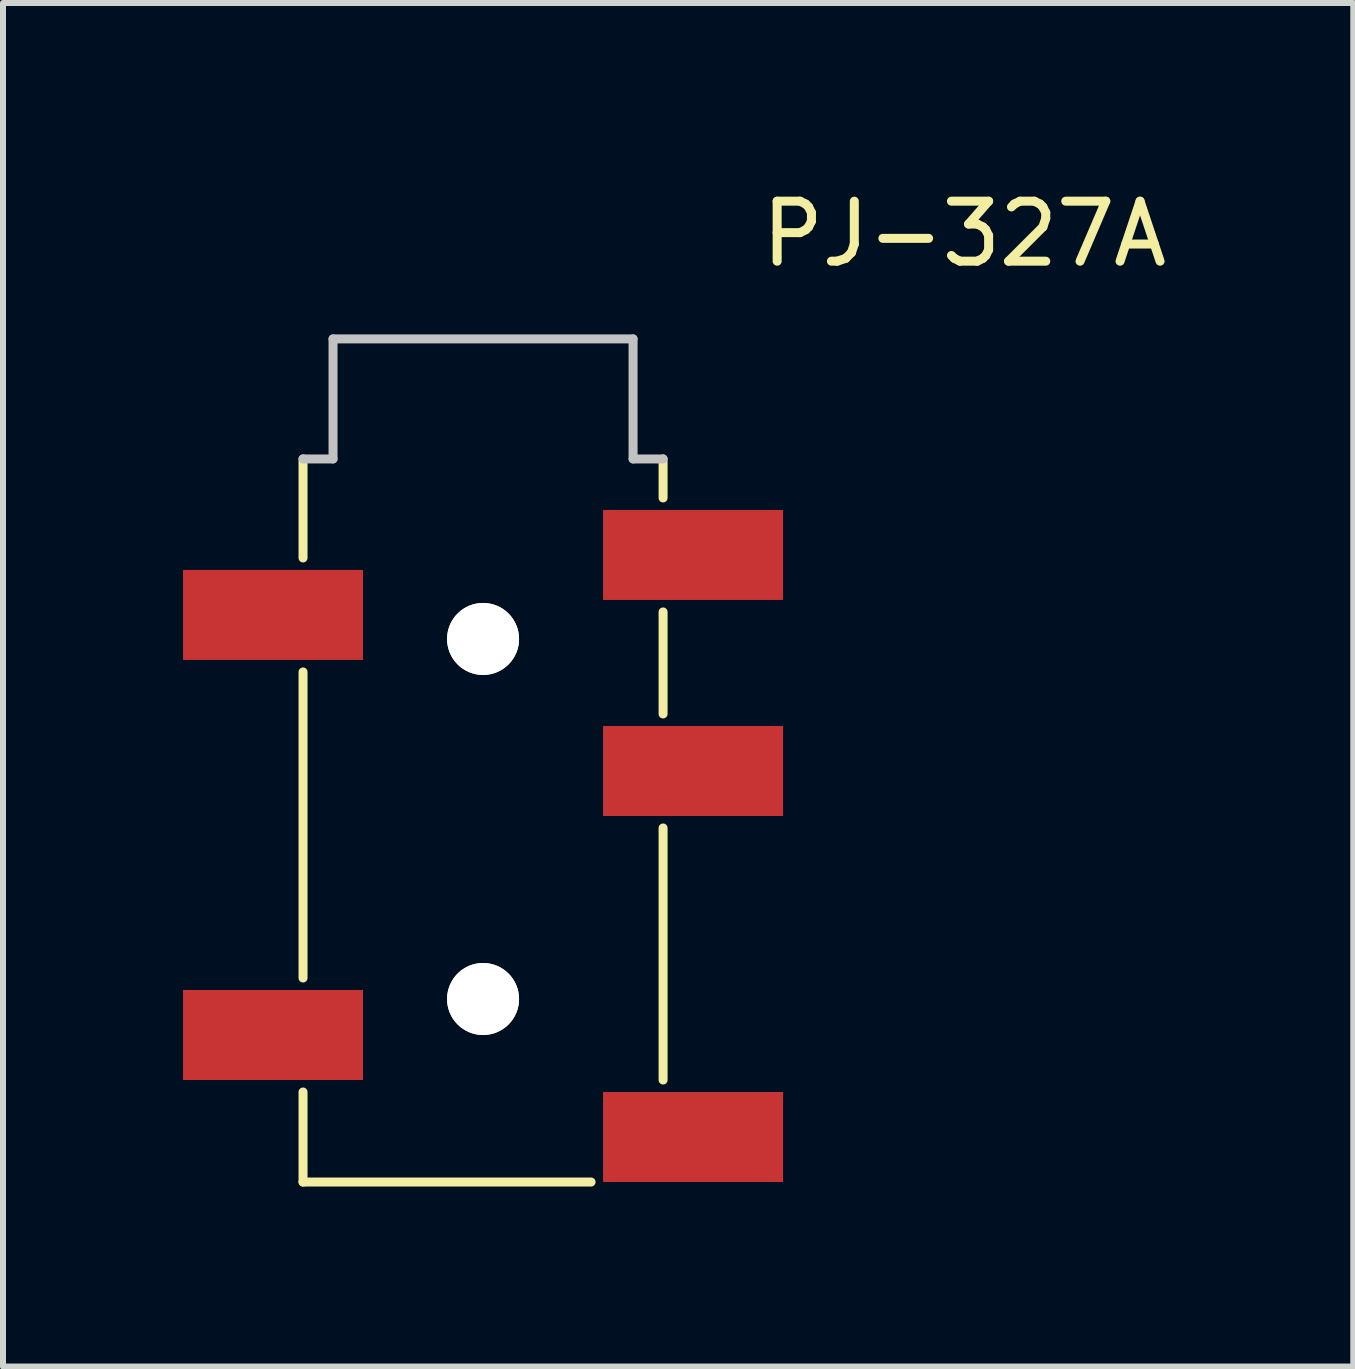
<source format=kicad_pcb>
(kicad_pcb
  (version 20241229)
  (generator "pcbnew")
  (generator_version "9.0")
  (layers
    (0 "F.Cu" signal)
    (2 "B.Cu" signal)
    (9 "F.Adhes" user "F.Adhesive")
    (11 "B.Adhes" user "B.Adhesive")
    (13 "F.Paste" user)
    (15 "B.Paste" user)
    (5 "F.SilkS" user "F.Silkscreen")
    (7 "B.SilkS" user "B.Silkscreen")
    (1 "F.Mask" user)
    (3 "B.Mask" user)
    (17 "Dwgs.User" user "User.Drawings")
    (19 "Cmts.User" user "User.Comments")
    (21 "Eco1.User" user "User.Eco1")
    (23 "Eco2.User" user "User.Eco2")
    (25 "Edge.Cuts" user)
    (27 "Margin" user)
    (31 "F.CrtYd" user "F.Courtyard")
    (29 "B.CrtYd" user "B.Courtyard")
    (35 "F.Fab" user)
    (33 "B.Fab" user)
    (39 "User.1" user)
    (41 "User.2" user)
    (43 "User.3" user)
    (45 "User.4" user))
  (footprint "PJ-327A"
    (layer "F.Cu")
    (at 5 4.598)
    (property "Reference" "PJ-327A" (at 8.02 -3.75 0) (layer "F.SilkS") (effects (font (size 1 1) (thickness 0.15))))
    (attr through_hole)
    (fp_line (start -3 0) (end -3 1.65) (stroke (width 0.15) (type solid)) (layer "F.SilkS"))
    (fp_line (start -3 3.55) (end -3 8.65) (stroke (width 0.15) (type solid)) (layer "F.SilkS"))
    (fp_line (start -3 10.55) (end -3 12.05) (stroke (width 0.15) (type solid)) (layer "F.SilkS"))
    (fp_line (start -3 12.05) (end 1.8 12.05) (stroke (width 0.15) (type solid)) (layer "F.SilkS"))
    (fp_line (start 3 0.65) (end 3 0) (stroke (width 0.15) (type solid)) (layer "F.SilkS"))
    (fp_line (start 3 2.55) (end 3 4.25) (stroke (width 0.15) (type solid)) (layer "F.SilkS"))
    (fp_line (start 3 6.15) (end 3 10.35) (stroke (width 0.15) (type solid)) (layer "F.SilkS"))
    (fp_line (start -2.5 -2) (end -2.5 0) (stroke (width 0.15) (type solid)) (layer "Dwgs.User"))
    (fp_line (start -2.5 0) (end -3 0) (stroke (width 0.15) (type solid)) (layer "Dwgs.User"))
    (fp_line (start 2.5 -2) (end -2.5 -2) (stroke (width 0.15) (type solid)) (layer "Dwgs.User"))
    (fp_line (start 2.5 0) (end 2.5 -2) (stroke (width 0.15) (type solid)) (layer "Dwgs.User"))
    (fp_line (start 3 0) (end 2.5 0) (stroke (width 0.15) (type solid)) (layer "Dwgs.User"))
    (pad "" np_thru_hole circle (at 0 3) (size 1.2 1.2) (drill 1.2) (layers "*.Cu" "*.Mask" "F.SilkS"))
    (pad "" np_thru_hole circle (at 0 9) (size 1.2 1.2) (drill 1.2) (layers "*.Cu" "*.Mask" "F.SilkS"))
    (pad "1" smd rect (at -3.5 2.6) (size 3 1.5) (layers "F.Cu" "F.Mask" "F.Paste"))
    (pad "2" smd rect (at 3.5 5.2) (size 3 1.5) (layers "F.Cu" "F.Mask" "F.Paste"))
    (pad "4" smd rect (at 3.5 11.3) (size 3 1.5) (layers "F.Cu" "F.Mask" "F.Paste"))
    (pad "5" smd rect (at -3.5 9.6) (size 3 1.5) (layers "F.Cu" "F.Mask" "F.Paste"))
    (pad "6" smd rect (at 3.5 1.6) (size 3 1.5) (layers "F.Cu" "F.Mask" "F.Paste")))
  (gr_rect
    (start -3 -3)
    (end 19.502 19.723)
    (stroke (width 0.1) (type default))
    (fill no)
    (layer "Edge.Cuts")))
</source>
